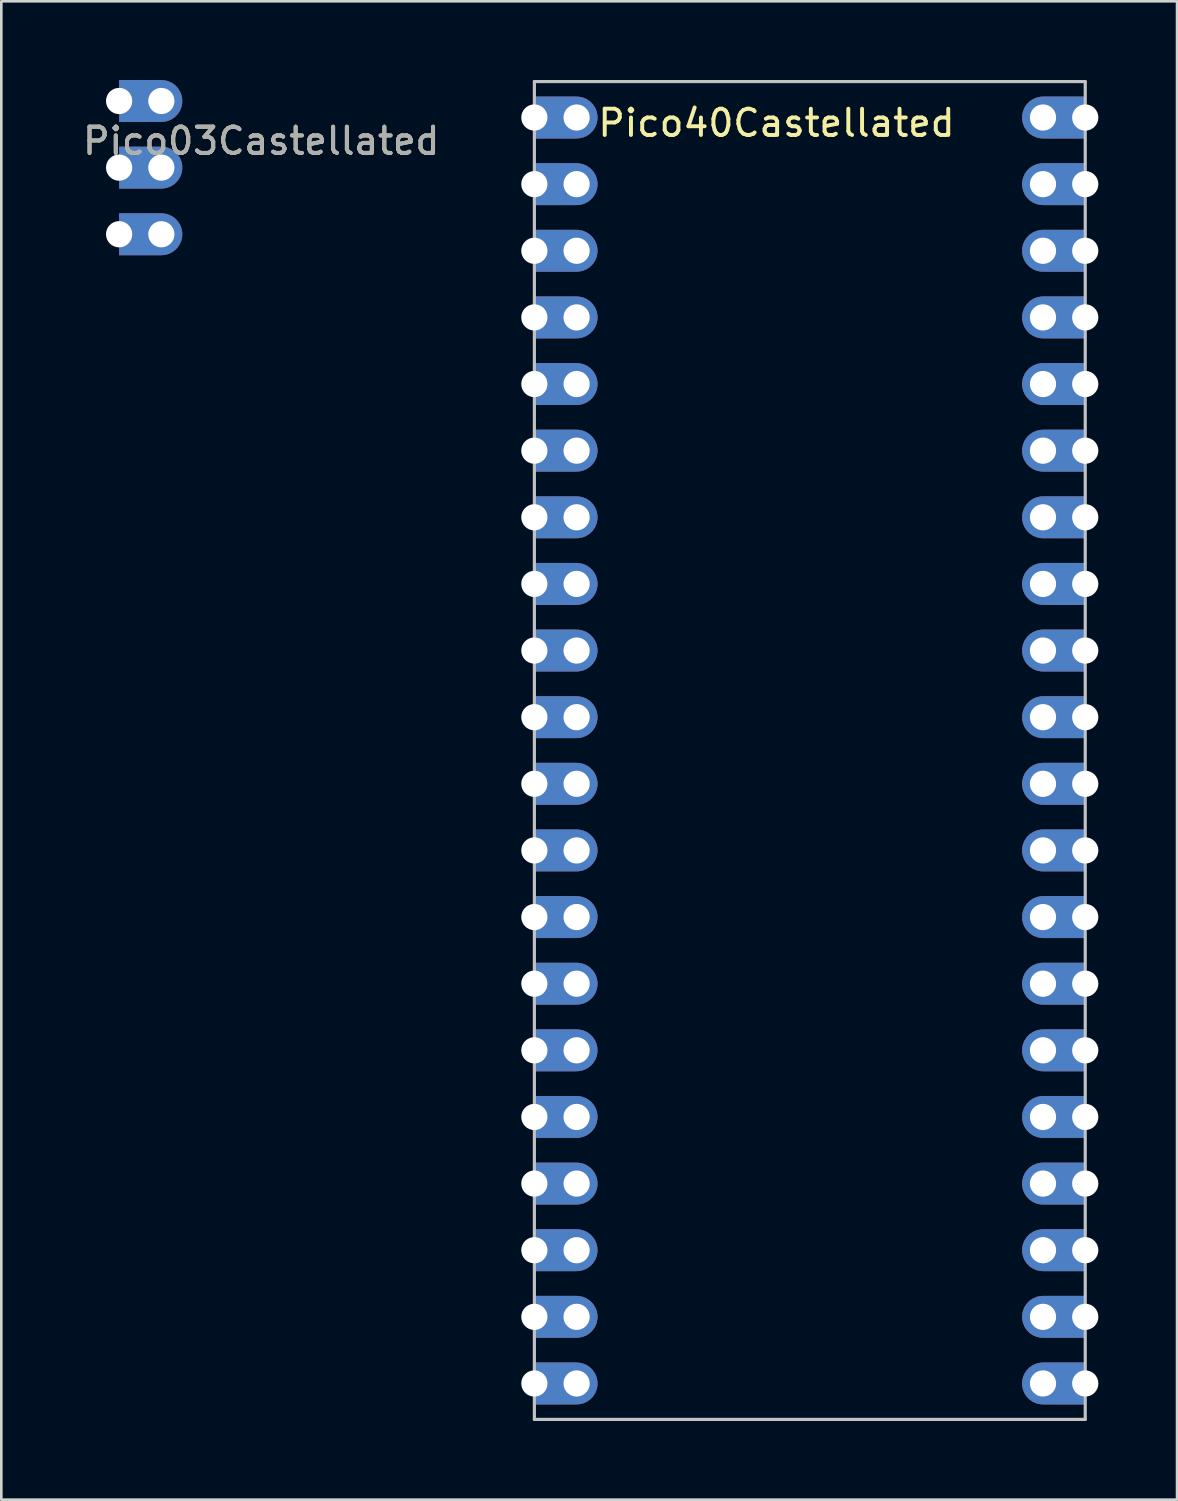
<source format=kicad_pcb>
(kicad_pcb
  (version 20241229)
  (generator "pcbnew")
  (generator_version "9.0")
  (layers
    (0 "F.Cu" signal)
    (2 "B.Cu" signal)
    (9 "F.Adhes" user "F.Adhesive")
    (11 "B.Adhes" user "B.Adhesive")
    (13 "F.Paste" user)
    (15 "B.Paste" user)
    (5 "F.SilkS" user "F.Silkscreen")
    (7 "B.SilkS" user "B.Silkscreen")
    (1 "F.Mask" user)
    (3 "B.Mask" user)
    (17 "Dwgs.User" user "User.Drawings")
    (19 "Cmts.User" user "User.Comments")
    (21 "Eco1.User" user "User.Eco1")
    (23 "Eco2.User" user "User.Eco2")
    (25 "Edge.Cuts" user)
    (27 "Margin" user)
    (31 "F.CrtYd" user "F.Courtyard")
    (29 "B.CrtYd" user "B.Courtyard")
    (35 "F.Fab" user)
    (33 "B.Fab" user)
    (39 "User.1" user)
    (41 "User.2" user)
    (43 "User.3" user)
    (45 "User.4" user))
  (footprint "Pico40Castellated"
    (layer "F.Cu")
    (at 18.931 1.43)
    (property "Reference" "Pico40Castellated" (at 7.62 0.21 0) (layer "F.SilkS") (effects (font (size 1 1) (thickness 0.15))))
    (attr through_hole)
    (fp_line (start -1.61 -1.37) (end -1.61 49.63) (stroke (width 0.12) (type solid)) (layer "Dwgs.User"))
    (fp_line (start -1.61 -1.37) (end 19.39 -1.37) (stroke (width 0.12) (type solid)) (layer "Dwgs.User"))
    (fp_line (start -1.61 49.63) (end 19.39 49.63) (stroke (width 0.12) (type solid)) (layer "Dwgs.User"))
    (fp_line (start 19.39 49.63) (end 19.39 -1.37) (stroke (width 0.12) (type solid)) (layer "Dwgs.User"))
    (pad "" np_thru_hole oval (at -1.61 0) (size 1 1) (drill 1) (layers "*.Cu" "*.Mask"))
    (pad "" np_thru_hole oval (at -1.61 2.54) (size 1 1) (drill 1) (layers "*.Cu" "*.Mask"))
    (pad "" np_thru_hole oval (at -1.61 5.08) (size 1 1) (drill 1) (layers "*.Cu" "*.Mask"))
    (pad "" np_thru_hole oval (at -1.61 7.62) (size 1 1) (drill 1) (layers "*.Cu" "*.Mask"))
    (pad "" np_thru_hole oval (at -1.61 10.16) (size 1 1) (drill 1) (layers "*.Cu" "*.Mask"))
    (pad "" np_thru_hole oval (at -1.61 12.7) (size 1 1) (drill 1) (layers "*.Cu" "*.Mask"))
    (pad "" np_thru_hole oval (at -1.61 15.24) (size 1 1) (drill 1) (layers "*.Cu" "*.Mask"))
    (pad "" np_thru_hole oval (at -1.61 17.78) (size 1 1) (drill 1) (layers "*.Cu" "*.Mask"))
    (pad "" np_thru_hole oval (at -1.61 20.32) (size 1 1) (drill 1) (layers "*.Cu" "*.Mask"))
    (pad "" np_thru_hole oval (at -1.61 22.86) (size 1 1) (drill 1) (layers "*.Cu" "*.Mask"))
    (pad "" np_thru_hole oval (at -1.61 25.4) (size 1 1) (drill 1) (layers "*.Cu" "*.Mask"))
    (pad "" np_thru_hole oval (at -1.61 27.94) (size 1 1) (drill 1) (layers "*.Cu" "*.Mask"))
    (pad "" np_thru_hole oval (at -1.61 30.48) (size 1 1) (drill 1) (layers "*.Cu" "*.Mask"))
    (pad "" np_thru_hole oval (at -1.61 33.02) (size 1 1) (drill 1) (layers "*.Cu" "*.Mask"))
    (pad "" np_thru_hole oval (at -1.61 35.56) (size 1 1) (drill 1) (layers "*.Cu" "*.Mask"))
    (pad "" np_thru_hole oval (at -1.61 38.1) (size 1 1) (drill 1) (layers "*.Cu" "*.Mask"))
    (pad "" np_thru_hole oval (at -1.61 40.64) (size 1 1) (drill 1) (layers "*.Cu" "*.Mask"))
    (pad "" np_thru_hole oval (at -1.61 43.18) (size 1 1) (drill 1) (layers "*.Cu" "*.Mask"))
    (pad "" np_thru_hole oval (at -1.61 45.72) (size 1 1) (drill 1) (layers "*.Cu" "*.Mask"))
    (pad "" np_thru_hole oval (at -1.61 48.26) (size 1 1) (drill 1) (layers "*.Cu" "*.Mask"))
    (pad "" np_thru_hole oval (at 19.39 0) (size 1 1) (drill 1) (layers "*.Cu" "*.Mask"))
    (pad "" np_thru_hole oval (at 19.39 2.54) (size 1 1) (drill 1) (layers "*.Cu" "*.Mask"))
    (pad "" np_thru_hole oval (at 19.39 5.08) (size 1 1) (drill 1) (layers "*.Cu" "*.Mask"))
    (pad "" np_thru_hole oval (at 19.39 7.62) (size 1 1) (drill 1) (layers "*.Cu" "*.Mask"))
    (pad "" np_thru_hole oval (at 19.39 10.16) (size 1 1) (drill 1) (layers "*.Cu" "*.Mask"))
    (pad "" np_thru_hole oval (at 19.39 12.7) (size 1 1) (drill 1) (layers "*.Cu" "*.Mask"))
    (pad "" np_thru_hole oval (at 19.39 15.24) (size 1 1) (drill 1) (layers "*.Cu" "*.Mask"))
    (pad "" np_thru_hole oval (at 19.39 17.78) (size 1 1) (drill 1) (layers "*.Cu" "*.Mask"))
    (pad "" np_thru_hole oval (at 19.39 20.32) (size 1 1) (drill 1) (layers "*.Cu" "*.Mask"))
    (pad "" np_thru_hole oval (at 19.39 22.86) (size 1 1) (drill 1) (layers "*.Cu" "*.Mask"))
    (pad "" np_thru_hole oval (at 19.39 25.4) (size 1 1) (drill 1) (layers "*.Cu" "*.Mask"))
    (pad "" np_thru_hole oval (at 19.39 27.94) (size 1 1) (drill 1) (layers "*.Cu" "*.Mask"))
    (pad "" np_thru_hole oval (at 19.39 30.48) (size 1 1) (drill 1) (layers "*.Cu" "*.Mask"))
    (pad "" np_thru_hole oval (at 19.39 33.02) (size 1 1) (drill 1) (layers "*.Cu" "*.Mask"))
    (pad "" np_thru_hole oval (at 19.39 35.56) (size 1 1) (drill 1) (layers "*.Cu" "*.Mask"))
    (pad "" np_thru_hole oval (at 19.39 38.1) (size 1 1) (drill 1) (layers "*.Cu" "*.Mask"))
    (pad "" np_thru_hole oval (at 19.39 40.64) (size 1 1) (drill 1) (layers "*.Cu" "*.Mask"))
    (pad "" np_thru_hole oval (at 19.39 43.18) (size 1 1) (drill 1) (layers "*.Cu" "*.Mask"))
    (pad "" np_thru_hole oval (at 19.39 45.72) (size 1 1) (drill 1) (layers "*.Cu" "*.Mask"))
    (pad "" np_thru_hole oval (at 19.39 48.26) (size 1 1) (drill 1) (layers "*.Cu" "*.Mask"))
    (pad "1" thru_hole custom (at 0 0 180) (size 1.6 1.6) (drill 1) (layers "*.Cu" "*.Mask") (options (anchor circle)) (primitives (gr_poly (pts (xy 0 -0.8) (xy 1.61 -0.8) (xy 1.61 0.8) (xy 0 0.8)) (width 0) (fill yes))))
    (pad "2" thru_hole custom (at 0 2.54 180) (size 1.6 1.6) (drill 1) (layers "*.Cu" "*.Mask") (options (anchor circle)) (primitives (gr_poly (pts (xy 0 -0.8) (xy 1.61 -0.8) (xy 1.61 0.8) (xy 0 0.8)) (width 0) (fill yes))))
    (pad "3" thru_hole custom (at 0 5.08 180) (size 1.6 1.6) (drill 1) (layers "*.Cu" "*.Mask") (options (anchor circle)) (primitives (gr_poly (pts (xy 0 -0.8) (xy 1.61 -0.8) (xy 1.61 0.8) (xy 0 0.8)) (width 0) (fill yes))))
    (pad "4" thru_hole custom (at 0 7.62 180) (size 1.6 1.6) (drill 1) (layers "*.Cu" "*.Mask") (options (anchor circle)) (primitives (gr_poly (pts (xy 0 -0.8) (xy 1.61 -0.8) (xy 1.61 0.8) (xy 0 0.8)) (width 0) (fill yes))))
    (pad "5" thru_hole custom (at 0 10.16 180) (size 1.6 1.6) (drill 1) (layers "*.Cu" "*.Mask") (options (anchor circle)) (primitives (gr_poly (pts (xy 0 -0.8) (xy 1.61 -0.8) (xy 1.61 0.8) (xy 0 0.8)) (width 0) (fill yes))))
    (pad "6" thru_hole custom (at 0 12.7 180) (size 1.6 1.6) (drill 1) (layers "*.Cu" "*.Mask") (options (anchor circle)) (primitives (gr_poly (pts (xy 0 -0.8) (xy 1.61 -0.8) (xy 1.61 0.8) (xy 0 0.8)) (width 0) (fill yes))))
    (pad "7" thru_hole custom (at 0 15.24 180) (size 1.6 1.6) (drill 1) (layers "*.Cu" "*.Mask") (options (anchor circle)) (primitives (gr_poly (pts (xy 0 -0.8) (xy 1.61 -0.8) (xy 1.61 0.8) (xy 0 0.8)) (width 0) (fill yes))))
    (pad "8" thru_hole custom (at 0 17.78 180) (size 1.6 1.6) (drill 1) (layers "*.Cu" "*.Mask") (options (anchor circle)) (primitives (gr_poly (pts (xy 0 -0.8) (xy 1.61 -0.8) (xy 1.61 0.8) (xy 0 0.8)) (width 0) (fill yes))))
    (pad "9" thru_hole custom (at 0 20.32 180) (size 1.6 1.6) (drill 1) (layers "*.Cu" "*.Mask") (options (anchor circle)) (primitives (gr_poly (pts (xy 0 -0.8) (xy 1.61 -0.8) (xy 1.61 0.8) (xy 0 0.8)) (width 0) (fill yes))))
    (pad "10" thru_hole custom (at 0 22.86 180) (size 1.6 1.6) (drill 1) (layers "*.Cu" "*.Mask") (options (anchor circle)) (primitives (gr_poly (pts (xy 0 -0.8) (xy 1.61 -0.8) (xy 1.61 0.8) (xy 0 0.8)) (width 0) (fill yes))))
    (pad "11" thru_hole custom (at 0 25.4 180) (size 1.6 1.6) (drill 1) (layers "*.Cu" "*.Mask") (options (anchor circle)) (primitives (gr_poly (pts (xy 0 -0.8) (xy 1.61 -0.8) (xy 1.61 0.8) (xy 0 0.8)) (width 0) (fill yes))))
    (pad "12" thru_hole custom (at 0 27.94 180) (size 1.6 1.6) (drill 1) (layers "*.Cu" "*.Mask") (options (anchor circle)) (primitives (gr_poly (pts (xy 0 -0.8) (xy 1.61 -0.8) (xy 1.61 0.8) (xy 0 0.8)) (width 0) (fill yes))))
    (pad "13" thru_hole custom (at 0 30.48 180) (size 1.6 1.6) (drill 1) (layers "*.Cu" "*.Mask") (options (anchor circle)) (primitives (gr_poly (pts (xy 0 -0.8) (xy 1.61 -0.8) (xy 1.61 0.8) (xy 0 0.8)) (width 0) (fill yes))))
    (pad "14" thru_hole custom (at 0 33.02 180) (size 1.6 1.6) (drill 1) (layers "*.Cu" "*.Mask") (options (anchor circle)) (primitives (gr_poly (pts (xy 0 -0.8) (xy 1.61 -0.8) (xy 1.61 0.8) (xy 0 0.8)) (width 0) (fill yes))))
    (pad "15" thru_hole custom (at 0 35.56 180) (size 1.6 1.6) (drill 1) (layers "*.Cu" "*.Mask") (options (anchor circle)) (primitives (gr_poly (pts (xy 0 -0.8) (xy 1.61 -0.8) (xy 1.61 0.8) (xy 0 0.8)) (width 0) (fill yes))))
    (pad "16" thru_hole custom (at 0 38.1 180) (size 1.6 1.6) (drill 1) (layers "*.Cu" "*.Mask") (options (anchor circle)) (primitives (gr_poly (pts (xy 0 -0.8) (xy 1.61 -0.8) (xy 1.61 0.8) (xy 0 0.8)) (width 0) (fill yes))))
    (pad "17" thru_hole custom (at 0 40.64 180) (size 1.6 1.6) (drill 1) (layers "*.Cu" "*.Mask") (options (anchor circle)) (primitives (gr_poly (pts (xy 0 -0.8) (xy 1.61 -0.8) (xy 1.61 0.8) (xy 0 0.8)) (width 0) (fill yes))))
    (pad "18" thru_hole custom (at 0 43.18 180) (size 1.6 1.6) (drill 1) (layers "*.Cu" "*.Mask") (options (anchor circle)) (primitives (gr_poly (pts (xy 0 -0.8) (xy 1.61 -0.8) (xy 1.61 0.8) (xy 0 0.8)) (width 0) (fill yes))))
    (pad "19" thru_hole custom (at 0 45.72 180) (size 1.6 1.6) (drill 1) (layers "*.Cu" "*.Mask") (options (anchor circle)) (primitives (gr_poly (pts (xy 0 -0.8) (xy 1.61 -0.8) (xy 1.61 0.8) (xy 0 0.8)) (width 0) (fill yes))))
    (pad "20" thru_hole custom (at 0 48.26 180) (size 1.6 1.6) (drill 1) (layers "*.Cu" "*.Mask") (options (anchor circle)) (primitives (gr_poly (pts (xy 0 -0.8) (xy 1.61 -0.8) (xy 1.61 0.8) (xy 0 0.8)) (width 0) (fill yes))))
    (pad "21" thru_hole custom (at 17.78 48.26) (size 1.6 1.6) (drill 1) (layers "*.Cu" "*.Mask") (options (anchor circle)) (primitives (gr_poly (pts (xy 0 -0.8) (xy 1.61 -0.8) (xy 1.61 0.8) (xy 0 0.8)) (width 0) (fill yes))))
    (pad "22" thru_hole custom (at 17.78 45.72) (size 1.6 1.6) (drill 1) (layers "*.Cu" "*.Mask") (options (anchor circle)) (primitives (gr_poly (pts (xy 0 -0.8) (xy 1.61 -0.8) (xy 1.61 0.8) (xy 0 0.8)) (width 0) (fill yes))))
    (pad "23" thru_hole custom (at 17.78 43.18) (size 1.6 1.6) (drill 1) (layers "*.Cu" "*.Mask") (options (anchor circle)) (primitives (gr_poly (pts (xy 0 -0.8) (xy 1.61 -0.8) (xy 1.61 0.8) (xy 0 0.8)) (width 0) (fill yes))))
    (pad "24" thru_hole custom (at 17.78 40.64) (size 1.6 1.6) (drill 1) (layers "*.Cu" "*.Mask") (options (anchor circle)) (primitives (gr_poly (pts (xy 0 -0.8) (xy 1.61 -0.8) (xy 1.61 0.8) (xy 0 0.8)) (width 0) (fill yes))))
    (pad "25" thru_hole custom (at 17.78 38.1) (size 1.6 1.6) (drill 1) (layers "*.Cu" "*.Mask") (options (anchor circle)) (primitives (gr_poly (pts (xy 0 -0.8) (xy 1.61 -0.8) (xy 1.61 0.8) (xy 0 0.8)) (width 0) (fill yes))))
    (pad "26" thru_hole custom (at 17.78 35.56) (size 1.6 1.6) (drill 1) (layers "*.Cu" "*.Mask") (options (anchor circle)) (primitives (gr_poly (pts (xy 0 -0.8) (xy 1.61 -0.8) (xy 1.61 0.8) (xy 0 0.8)) (width 0) (fill yes))))
    (pad "27" thru_hole custom (at 17.78 33.02) (size 1.6 1.6) (drill 1) (layers "*.Cu" "*.Mask") (options (anchor circle)) (primitives (gr_poly (pts (xy 0 -0.8) (xy 1.61 -0.8) (xy 1.61 0.8) (xy 0 0.8)) (width 0) (fill yes))))
    (pad "28" thru_hole custom (at 17.78 30.48) (size 1.6 1.6) (drill 1) (layers "*.Cu" "*.Mask") (options (anchor circle)) (primitives (gr_poly (pts (xy 0 -0.8) (xy 1.61 -0.8) (xy 1.61 0.8) (xy 0 0.8)) (width 0) (fill yes))))
    (pad "29" thru_hole custom (at 17.78 27.94) (size 1.6 1.6) (drill 1) (layers "*.Cu" "*.Mask") (options (anchor circle)) (primitives (gr_poly (pts (xy 0 -0.8) (xy 1.61 -0.8) (xy 1.61 0.8) (xy 0 0.8)) (width 0) (fill yes))))
    (pad "30" thru_hole custom (at 17.78 25.4) (size 1.6 1.6) (drill 1) (layers "*.Cu" "*.Mask") (options (anchor circle)) (primitives (gr_poly (pts (xy 0 -0.8) (xy 1.61 -0.8) (xy 1.61 0.8) (xy 0 0.8)) (width 0) (fill yes))))
    (pad "31" thru_hole custom (at 17.78 22.86) (size 1.6 1.6) (drill 1) (layers "*.Cu" "*.Mask") (options (anchor circle)) (primitives (gr_poly (pts (xy 0 -0.8) (xy 1.61 -0.8) (xy 1.61 0.8) (xy 0 0.8)) (width 0) (fill yes))))
    (pad "32" thru_hole custom (at 17.78 20.32) (size 1.6 1.6) (drill 1) (layers "*.Cu" "*.Mask") (options (anchor circle)) (primitives (gr_poly (pts (xy 0 -0.8) (xy 1.61 -0.8) (xy 1.61 0.8) (xy 0 0.8)) (width 0) (fill yes))))
    (pad "33" thru_hole custom (at 17.78 17.78) (size 1.6 1.6) (drill 1) (layers "*.Cu" "*.Mask") (options (anchor circle)) (primitives (gr_poly (pts (xy 0 -0.8) (xy 1.61 -0.8) (xy 1.61 0.8) (xy 0 0.8)) (width 0) (fill yes))))
    (pad "34" thru_hole custom (at 17.78 15.24) (size 1.6 1.6) (drill 1) (layers "*.Cu" "*.Mask") (options (anchor circle)) (primitives (gr_poly (pts (xy 0 -0.8) (xy 1.61 -0.8) (xy 1.61 0.8) (xy 0 0.8)) (width 0) (fill yes))))
    (pad "35" thru_hole custom (at 17.78 12.7) (size 1.6 1.6) (drill 1) (layers "*.Cu" "*.Mask") (options (anchor circle)) (primitives (gr_poly (pts (xy 0 -0.8) (xy 1.61 -0.8) (xy 1.61 0.8) (xy 0 0.8)) (width 0) (fill yes))))
    (pad "36" thru_hole custom (at 17.78 10.16) (size 1.6 1.6) (drill 1) (layers "*.Cu" "*.Mask") (options (anchor circle)) (primitives (gr_poly (pts (xy 0 -0.8) (xy 1.61 -0.8) (xy 1.61 0.8) (xy 0 0.8)) (width 0) (fill yes))))
    (pad "37" thru_hole custom (at 17.78 7.62) (size 1.6 1.6) (drill 1) (layers "*.Cu" "*.Mask") (options (anchor circle)) (primitives (gr_poly (pts (xy 0 -0.8) (xy 1.61 -0.8) (xy 1.61 0.8) (xy 0 0.8)) (width 0) (fill yes))))
    (pad "38" thru_hole custom (at 17.78 5.08) (size 1.6 1.6) (drill 1) (layers "*.Cu" "*.Mask") (options (anchor circle)) (primitives (gr_poly (pts (xy 0 -0.8) (xy 1.61 -0.8) (xy 1.61 0.8) (xy 0 0.8)) (width 0) (fill yes))))
    (pad "39" thru_hole custom (at 17.78 2.54) (size 1.6 1.6) (drill 1) (layers "*.Cu" "*.Mask") (options (anchor circle)) (primitives (gr_poly (pts (xy 0 -0.8) (xy 1.61 -0.8) (xy 1.61 0.8) (xy 0 0.8)) (width 0) (fill yes))))
    (pad "40" thru_hole custom (at 17.78 0) (size 1.6 1.6) (drill 1) (layers "*.Cu" "*.Mask") (options (anchor circle)) (primitives (gr_poly (pts (xy 0 -0.8) (xy 1.61 -0.8) (xy 1.61 0.8) (xy 0 0.8)) (width 0) (fill yes)))))
  (footprint "Pico03Castellated"
    (layer "F.Cu")
    (at 3.101 3.34)
    (property "Reference" "Pico03Castellated" (at 3.81 -1.016 0) (layer "F.SilkS") (effects (font (size 1 1) (thickness 0.15))))
    (attr through_hole)
    (fp_text user "${REFERENCE}" (at 3.81 -1.016 0) (layer "F.Fab") (effects (font (size 1 1) (thickness 0.15))))
    (pad "" np_thru_hole circle (at -1.61 -2.54 180) (size 1 1) (drill 1) (layers "*.Cu" "*.Mask"))
    (pad "" np_thru_hole circle (at -1.61 0 180) (size 1 1) (drill 1) (layers "*.Cu" "*.Mask"))
    (pad "" np_thru_hole circle (at -1.61 2.54 180) (size 1 1) (drill 1) (layers "*.Cu" "*.Mask"))
    (pad "1" thru_hole custom (at 0 -2.54 180) (size 1.6 1.6) (drill 1) (layers "*.Cu" "*.Mask") (options (anchor circle)) (primitives (gr_poly (pts (xy 0 -0.8) (xy 1.61 -0.8) (xy 1.61 0.8) (xy 0 0.8)) (width 0) (fill yes))))
    (pad "2" thru_hole custom (at 0 0 180) (size 1.6 1.6) (drill 1) (layers "*.Cu" "*.Mask") (options (anchor circle)) (primitives (gr_poly (pts (xy 0 -0.8) (xy 1.61 -0.8) (xy 1.61 0.8) (xy 0 0.8)) (width 0) (fill yes))))
    (pad "3" thru_hole custom (at 0 2.54 180) (size 1.6 1.6) (drill 1) (layers "*.Cu" "*.Mask") (options (anchor circle)) (primitives (gr_poly (pts (xy 0 -0.8) (xy 1.61 -0.8) (xy 1.61 0.8) (xy 0 0.8)) (width 0) (fill yes)))))
  (gr_rect
    (start -3 -3)
    (end 41.821 54.12)
    (stroke (width 0.1) (type default))
    (fill no)
    (layer "Edge.Cuts")))
</source>
